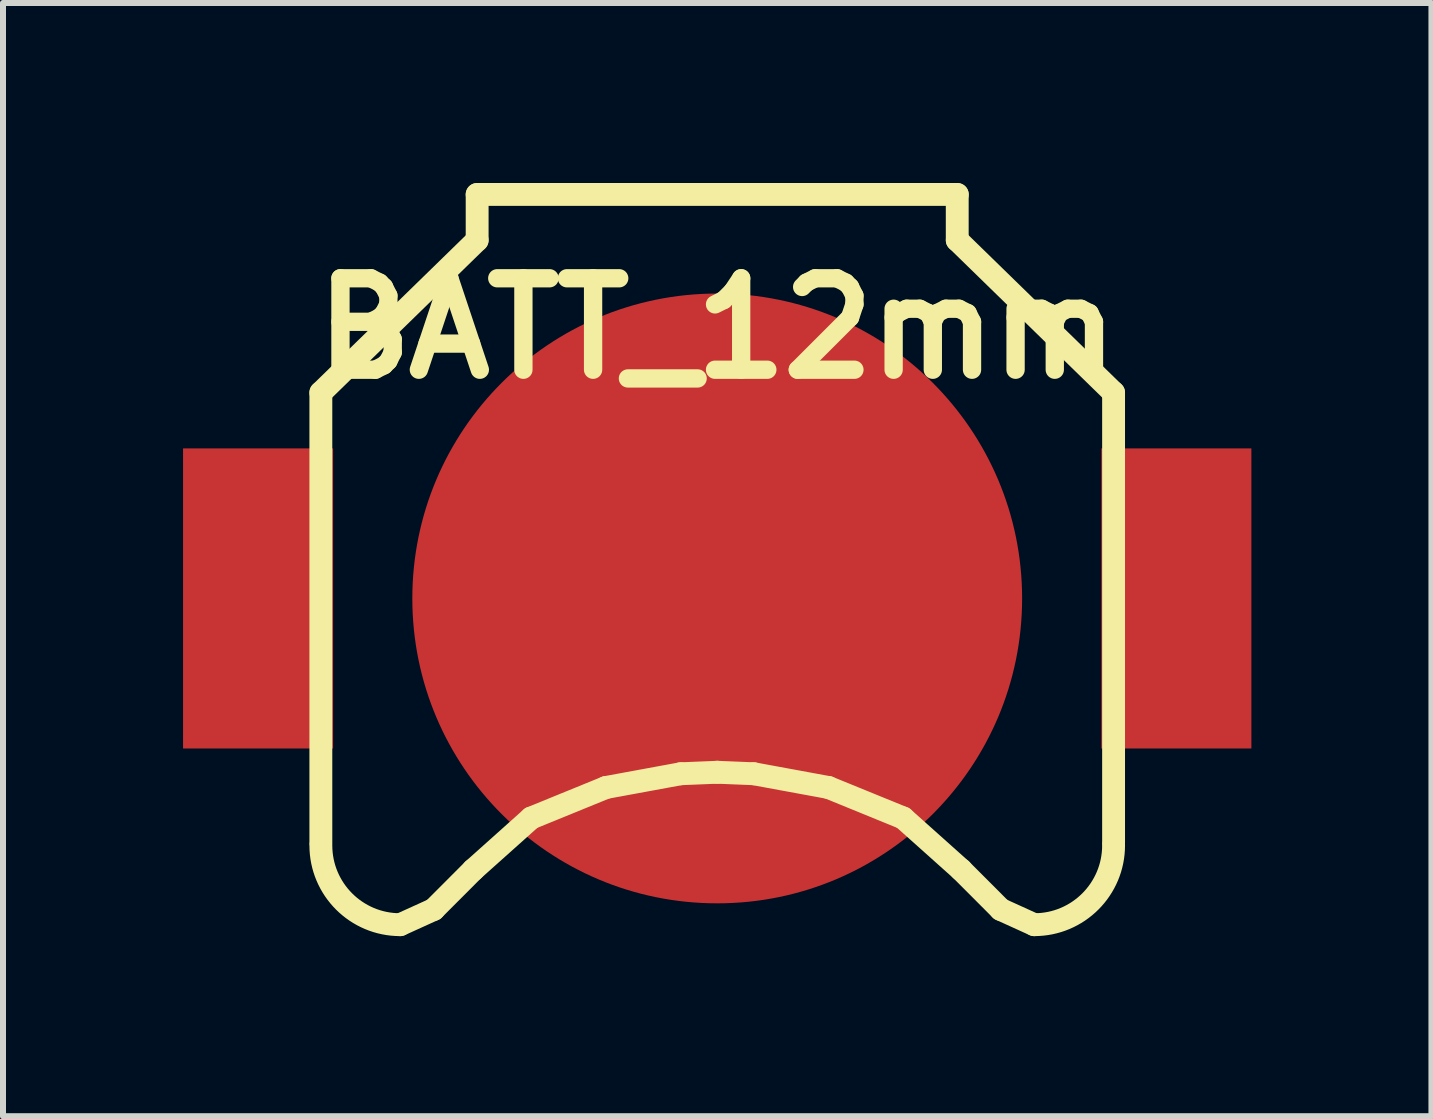
<source format=kicad_pcb>
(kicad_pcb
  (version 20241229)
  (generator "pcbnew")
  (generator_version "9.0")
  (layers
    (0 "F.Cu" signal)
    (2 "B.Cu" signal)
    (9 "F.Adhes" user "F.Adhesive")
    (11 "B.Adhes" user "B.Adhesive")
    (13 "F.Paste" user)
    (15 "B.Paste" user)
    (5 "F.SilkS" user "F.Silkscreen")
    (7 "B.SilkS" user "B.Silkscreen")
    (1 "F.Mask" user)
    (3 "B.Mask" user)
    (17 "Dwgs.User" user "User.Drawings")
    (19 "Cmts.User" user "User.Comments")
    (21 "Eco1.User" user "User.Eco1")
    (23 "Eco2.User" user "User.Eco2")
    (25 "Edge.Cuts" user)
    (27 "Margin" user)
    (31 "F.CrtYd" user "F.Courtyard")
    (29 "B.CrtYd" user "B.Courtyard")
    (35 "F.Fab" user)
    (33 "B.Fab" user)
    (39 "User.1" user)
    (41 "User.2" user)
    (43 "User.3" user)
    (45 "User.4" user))
  (footprint "BATT_12mm"
    (layer "F.Cu")
    (at 8.9 6.921)
    (property "Reference" "BATT_12mm" (at 0 -4.5 0) (layer "F.SilkS") (effects (font (size 1.524 1.524) (thickness 0.305))))
    (attr through_hole)
    (fp_line (start -6.604 -3.429) (end -6.604 4.064) (stroke (width 0.381) (type solid)) (layer "F.SilkS"))
    (fp_line (start -5.283 5.436) (end -4.724 5.182) (stroke (width 0.381) (type solid)) (layer "F.SilkS"))
    (fp_line (start -4.064 4.521) (end -4.724 5.182) (stroke (width 0.381) (type solid)) (layer "F.SilkS"))
    (fp_line (start -4 -6.731) (end -4 -5.969) (stroke (width 0.381) (type solid)) (layer "F.SilkS"))
    (fp_line (start -4 -6.731) (end 4 -6.731) (stroke (width 0.381) (type solid)) (layer "F.SilkS"))
    (fp_line (start -4 -5.969) (end -6.604 -3.429) (stroke (width 0.381) (type solid)) (layer "F.SilkS"))
    (fp_line (start -3.099 3.658) (end -4.064 4.521) (stroke (width 0.381) (type solid)) (layer "F.SilkS"))
    (fp_line (start -3.099 3.658) (end -1.854 3.15) (stroke (width 0.381) (type solid)) (layer "F.SilkS"))
    (fp_line (start -1.854 3.15) (end -0.61 2.921) (stroke (width 0.381) (type solid)) (layer "F.SilkS"))
    (fp_line (start -0.61 2.921) (end 0 2.896) (stroke (width 0.381) (type solid)) (layer "F.SilkS"))
    (fp_line (start 0 2.896) (end 0.61 2.921) (stroke (width 0.381) (type solid)) (layer "F.SilkS"))
    (fp_line (start 0.61 2.921) (end 1.854 3.15) (stroke (width 0.381) (type solid)) (layer "F.SilkS"))
    (fp_line (start 1.854 3.15) (end 3.099 3.658) (stroke (width 0.381) (type solid)) (layer "F.SilkS"))
    (fp_line (start 3.099 3.658) (end 4.064 4.521) (stroke (width 0.381) (type solid)) (layer "F.SilkS"))
    (fp_line (start 3.999 -6.731) (end 3.999 -5.969) (stroke (width 0.381) (type solid)) (layer "F.SilkS"))
    (fp_line (start 4 -5.969) (end 6.604 -3.429) (stroke (width 0.381) (type solid)) (layer "F.SilkS"))
    (fp_line (start 4.064 4.521) (end 4.724 5.182) (stroke (width 0.381) (type solid)) (layer "F.SilkS"))
    (fp_line (start 4.724 5.182) (end 5.283 5.436) (stroke (width 0.381) (type solid)) (layer "F.SilkS"))
    (fp_line (start 6.604 -3.429) (end 6.604 4.064) (stroke (width 0.381) (type solid)) (layer "F.SilkS"))
    (fp_arc (start -5.2832 5.4356) (mid -6.217147 5.048747) (end -6.604 4.1148) (stroke (width 0.381) (type solid)) (layer "F.SilkS"))
    (fp_arc (start 6.604 4.1148) (mid 6.217147 5.048747) (end 5.2832 5.4356) (stroke (width 0.381) (type solid)) (layer "F.SilkS"))
    (pad "1" smd rect (at -7.65 0) (size 2.5 5) (layers "F.Cu" "F.Mask" "F.Paste"))
    (pad "1" smd rect (at 7.65 0) (size 2.5 5) (layers "F.Cu" "F.Mask" "F.Paste"))
    (pad "2" smd circle (at 0 0) (size 10.16 10.16) (layers "F.Cu" "F.Mask" "F.Paste")))
  (gr_rect
    (start -3 -3)
    (end 20.8 15.548)
    (stroke (width 0.1) (type default))
    (fill no)
    (layer "Edge.Cuts")))
</source>
